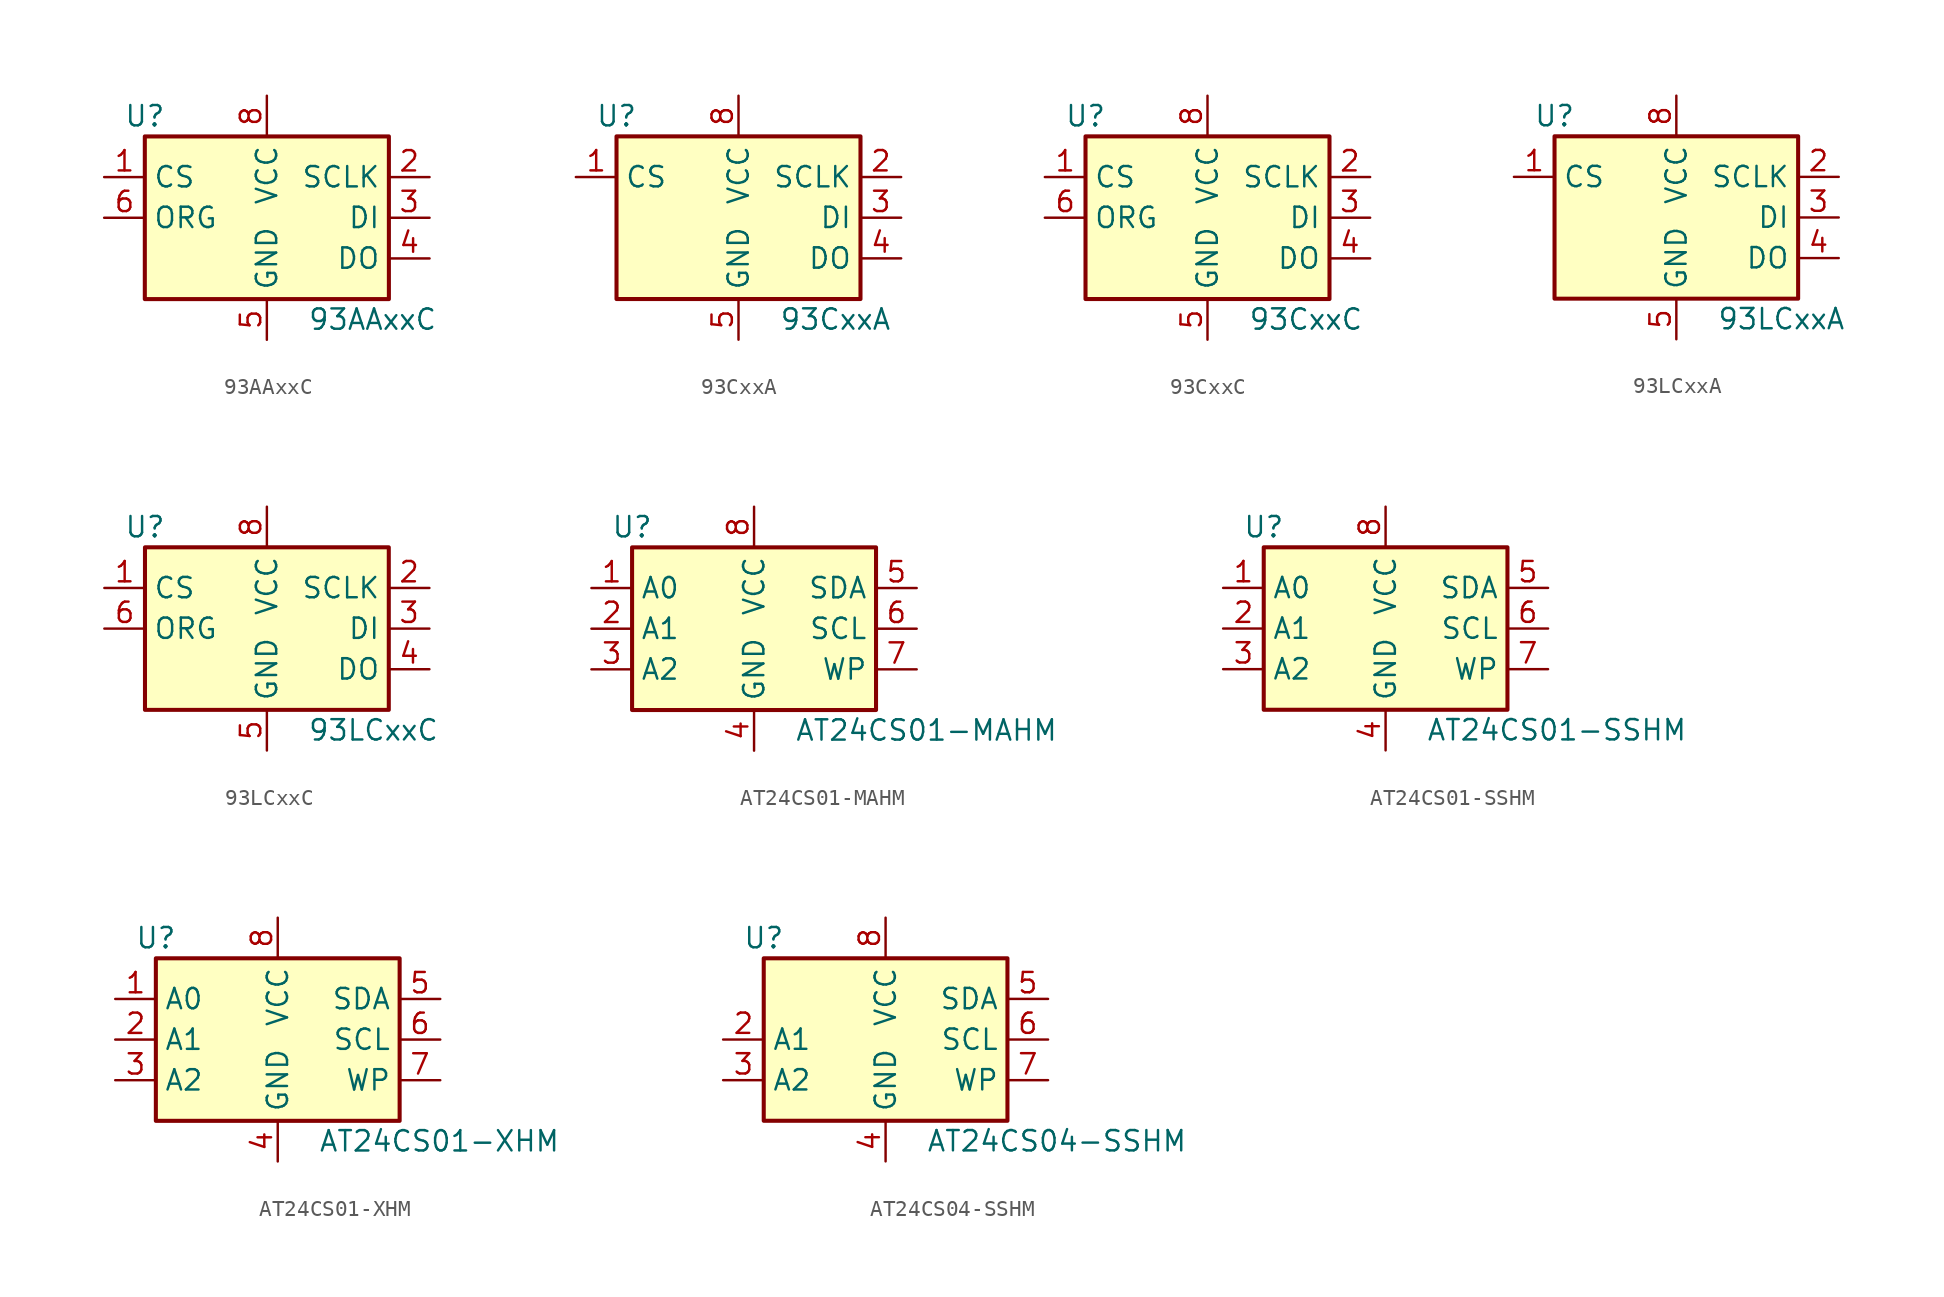
<source format=kicad_sym>
(kicad_symbol_lib
  (version 20201005)
  (generator kicad_symbol_editor)
  (symbol "Memory_EEPROM:93AAxxC"
    (property "Reference" "U"
      (at -7.62 6.35 0)
      (effects (font (size 1.27 1.27))))
    (property "Value" "93AAxxC"
      (at 2.54 -6.35 0)
      (effects (font (size 1.27 1.27)) (justify left)))
    (symbol "93AAxxC_1_1"
      (rectangle (start -7.62 5.08) (end 7.62 -5.08) (stroke (width 0.254)) (fill (type background)))
      (pin input line (at -10.16 2.54 0) (length 2.54) (name "CS" (effects (font (size 1.27 1.27)))) (number "1" (effects (font (size 1.27 1.27)))))
      (pin input line (at 10.16 2.54 180) (length 2.54) (name "SCLK" (effects (font (size 1.27 1.27)))) (number "2" (effects (font (size 1.27 1.27)))))
      (pin input line (at 10.16 0 180) (length 2.54) (name "DI" (effects (font (size 1.27 1.27)))) (number "3" (effects (font (size 1.27 1.27)))))
      (pin tri_state line (at 10.16 -2.54 180) (length 2.54) (name "DO" (effects (font (size 1.27 1.27)))) (number "4" (effects (font (size 1.27 1.27)))))
      (pin power_in line (at 0 -7.62 90) (length 2.54) (name "GND" (effects (font (size 1.27 1.27)))) (number "5" (effects (font (size 1.27 1.27)))))
      (pin input line (at -10.16 0 0) (length 2.54) (name "ORG" (effects (font (size 1.27 1.27)))) (number "6" (effects (font (size 1.27 1.27)))))
      (pin no_connect line (at -7.62 -2.54 0) (length 2.54) hide (name "NC" (effects (font (size 1.27 1.27)))) (number "7" (effects (font (size 1.27 1.27)))))
      (pin power_in line (at 0 7.62 270) (length 2.54) (name "VCC" (effects (font (size 1.27 1.27)))) (number "8" (effects (font (size 1.27 1.27)))))))
  (symbol "Memory_EEPROM:93CxxA"
    (property "Reference" "U"
      (at -7.62 6.35 0)
      (effects (font (size 1.27 1.27))))
    (property "Value" "93CxxA"
      (at 2.54 -6.35 0)
      (effects (font (size 1.27 1.27)) (justify left)))
    (symbol "93CxxA_1_1"
      (rectangle (start -7.62 5.08) (end 7.62 -5.08) (stroke (width 0.254)) (fill (type background)))
      (pin input line (at -10.16 2.54 0) (length 2.54) (name "CS" (effects (font (size 1.27 1.27)))) (number "1" (effects (font (size 1.27 1.27)))))
      (pin input line (at 10.16 2.54 180) (length 2.54) (name "SCLK" (effects (font (size 1.27 1.27)))) (number "2" (effects (font (size 1.27 1.27)))))
      (pin input line (at 10.16 0 180) (length 2.54) (name "DI" (effects (font (size 1.27 1.27)))) (number "3" (effects (font (size 1.27 1.27)))))
      (pin tri_state line (at 10.16 -2.54 180) (length 2.54) (name "DO" (effects (font (size 1.27 1.27)))) (number "4" (effects (font (size 1.27 1.27)))))
      (pin power_in line (at 0 -7.62 90) (length 2.54) (name "GND" (effects (font (size 1.27 1.27)))) (number "5" (effects (font (size 1.27 1.27)))))
      (pin no_connect line (at -7.62 0 0) (length 2.54) hide (name "NC" (effects (font (size 1.27 1.27)))) (number "6" (effects (font (size 1.27 1.27)))))
      (pin no_connect line (at -7.62 -2.54 0) (length 2.54) hide (name "NC" (effects (font (size 1.27 1.27)))) (number "7" (effects (font (size 1.27 1.27)))))
      (pin power_in line (at 0 7.62 270) (length 2.54) (name "VCC" (effects (font (size 1.27 1.27)))) (number "8" (effects (font (size 1.27 1.27)))))))
  (symbol "Memory_EEPROM:93CxxC"
    (property "Reference" "U"
      (at -7.62 6.35 0)
      (effects (font (size 1.27 1.27))))
    (property "Value" "93CxxC"
      (at 2.54 -6.35 0)
      (effects (font (size 1.27 1.27)) (justify left)))
    (symbol "93CxxC_1_1"
      (rectangle (start -7.62 5.08) (end 7.62 -5.08) (stroke (width 0.254)) (fill (type background)))
      (pin input line (at -10.16 2.54 0) (length 2.54) (name "CS" (effects (font (size 1.27 1.27)))) (number "1" (effects (font (size 1.27 1.27)))))
      (pin input line (at 10.16 2.54 180) (length 2.54) (name "SCLK" (effects (font (size 1.27 1.27)))) (number "2" (effects (font (size 1.27 1.27)))))
      (pin input line (at 10.16 0 180) (length 2.54) (name "DI" (effects (font (size 1.27 1.27)))) (number "3" (effects (font (size 1.27 1.27)))))
      (pin tri_state line (at 10.16 -2.54 180) (length 2.54) (name "DO" (effects (font (size 1.27 1.27)))) (number "4" (effects (font (size 1.27 1.27)))))
      (pin power_in line (at 0 -7.62 90) (length 2.54) (name "GND" (effects (font (size 1.27 1.27)))) (number "5" (effects (font (size 1.27 1.27)))))
      (pin input line (at -10.16 0 0) (length 2.54) (name "ORG" (effects (font (size 1.27 1.27)))) (number "6" (effects (font (size 1.27 1.27)))))
      (pin no_connect line (at -7.62 -2.54 0) (length 2.54) hide (name "NC" (effects (font (size 1.27 1.27)))) (number "7" (effects (font (size 1.27 1.27)))))
      (pin power_in line (at 0 7.62 270) (length 2.54) (name "VCC" (effects (font (size 1.27 1.27)))) (number "8" (effects (font (size 1.27 1.27)))))))
  (symbol "Memory_EEPROM:93LCxxA"
    (property "Reference" "U"
      (at -7.62 6.35 0)
      (effects (font (size 1.27 1.27))))
    (property "Value" "93LCxxA"
      (at 2.54 -6.35 0)
      (effects (font (size 1.27 1.27)) (justify left)))
    (symbol "93LCxxA_1_1"
      (rectangle (start -7.62 5.08) (end 7.62 -5.08) (stroke (width 0.254)) (fill (type background)))
      (pin input line (at -10.16 2.54 0) (length 2.54) (name "CS" (effects (font (size 1.27 1.27)))) (number "1" (effects (font (size 1.27 1.27)))))
      (pin input line (at 10.16 2.54 180) (length 2.54) (name "SCLK" (effects (font (size 1.27 1.27)))) (number "2" (effects (font (size 1.27 1.27)))))
      (pin input line (at 10.16 0 180) (length 2.54) (name "DI" (effects (font (size 1.27 1.27)))) (number "3" (effects (font (size 1.27 1.27)))))
      (pin tri_state line (at 10.16 -2.54 180) (length 2.54) (name "DO" (effects (font (size 1.27 1.27)))) (number "4" (effects (font (size 1.27 1.27)))))
      (pin power_in line (at 0 -7.62 90) (length 2.54) (name "GND" (effects (font (size 1.27 1.27)))) (number "5" (effects (font (size 1.27 1.27)))))
      (pin no_connect line (at -7.62 0 0) (length 2.54) hide (name "NC" (effects (font (size 1.27 1.27)))) (number "6" (effects (font (size 1.27 1.27)))))
      (pin no_connect line (at -7.62 -2.54 0) (length 2.54) hide (name "NC" (effects (font (size 1.27 1.27)))) (number "7" (effects (font (size 1.27 1.27)))))
      (pin power_in line (at 0 7.62 270) (length 2.54) (name "VCC" (effects (font (size 1.27 1.27)))) (number "8" (effects (font (size 1.27 1.27)))))))
  (symbol "Memory_EEPROM:93LCxxC"
    (property "Reference" "U"
      (at -7.62 6.35 0)
      (effects (font (size 1.27 1.27))))
    (property "Value" "93LCxxC"
      (at 2.54 -6.35 0)
      (effects (font (size 1.27 1.27)) (justify left)))
    (symbol "93LCxxC_1_1"
      (rectangle (start -7.62 5.08) (end 7.62 -5.08) (stroke (width 0.254)) (fill (type background)))
      (pin input line (at -10.16 2.54 0) (length 2.54) (name "CS" (effects (font (size 1.27 1.27)))) (number "1" (effects (font (size 1.27 1.27)))))
      (pin input line (at 10.16 2.54 180) (length 2.54) (name "SCLK" (effects (font (size 1.27 1.27)))) (number "2" (effects (font (size 1.27 1.27)))))
      (pin input line (at 10.16 0 180) (length 2.54) (name "DI" (effects (font (size 1.27 1.27)))) (number "3" (effects (font (size 1.27 1.27)))))
      (pin tri_state line (at 10.16 -2.54 180) (length 2.54) (name "DO" (effects (font (size 1.27 1.27)))) (number "4" (effects (font (size 1.27 1.27)))))
      (pin power_in line (at 0 -7.62 90) (length 2.54) (name "GND" (effects (font (size 1.27 1.27)))) (number "5" (effects (font (size 1.27 1.27)))))
      (pin input line (at -10.16 0 0) (length 2.54) (name "ORG" (effects (font (size 1.27 1.27)))) (number "6" (effects (font (size 1.27 1.27)))))
      (pin no_connect line (at -7.62 -2.54 0) (length 2.54) hide (name "NC" (effects (font (size 1.27 1.27)))) (number "7" (effects (font (size 1.27 1.27)))))
      (pin power_in line (at 0 7.62 270) (length 2.54) (name "VCC" (effects (font (size 1.27 1.27)))) (number "8" (effects (font (size 1.27 1.27)))))))
  (symbol "Memory_EEPROM:AT24CS01-MAHM"
    (property "Reference" "U"
      (at -7.62 6.35 0)
      (effects (font (size 1.27 1.27))))
    (property "Value" "AT24CS01-MAHM"
      (at 2.54 -6.35 0)
      (effects (font (size 1.27 1.27)) (justify left)))
    (symbol "AT24CS01-MAHM_1_1"
      (rectangle (start -7.62 5.08) (end 7.62 -5.08) (stroke (width 0.254)) (fill (type background)))
      (pin input line (at -10.16 2.54 0) (length 2.54) (name "A0" (effects (font (size 1.27 1.27)))) (number "1" (effects (font (size 1.27 1.27)))))
      (pin input line (at -10.16 0 0) (length 2.54) (name "A1" (effects (font (size 1.27 1.27)))) (number "2" (effects (font (size 1.27 1.27)))))
      (pin input line (at -10.16 -2.54 0) (length 2.54) (name "A2" (effects (font (size 1.27 1.27)))) (number "3" (effects (font (size 1.27 1.27)))))
      (pin power_in line (at 0 -7.62 90) (length 2.54) (name "GND" (effects (font (size 1.27 1.27)))) (number "4" (effects (font (size 1.27 1.27)))))
      (pin bidirectional line (at 10.16 2.54 180) (length 2.54) (name "SDA" (effects (font (size 1.27 1.27)))) (number "5" (effects (font (size 1.27 1.27)))))
      (pin input line (at 10.16 0 180) (length 2.54) (name "SCL" (effects (font (size 1.27 1.27)))) (number "6" (effects (font (size 1.27 1.27)))))
      (pin input line (at 10.16 -2.54 180) (length 2.54) (name "WP" (effects (font (size 1.27 1.27)))) (number "7" (effects (font (size 1.27 1.27)))))
      (pin power_in line (at 0 7.62 270) (length 2.54) (name "VCC" (effects (font (size 1.27 1.27)))) (number "8" (effects (font (size 1.27 1.27)))))))
  (symbol "Memory_EEPROM:AT24CS01-SSHM"
    (property "Reference" "U"
      (at -7.62 6.35 0)
      (effects (font (size 1.27 1.27))))
    (property "Value" "AT24CS01-SSHM"
      (at 2.54 -6.35 0)
      (effects (font (size 1.27 1.27)) (justify left)))
    (symbol "AT24CS01-SSHM_1_1"
      (rectangle (start -7.62 5.08) (end 7.62 -5.08) (stroke (width 0.254)) (fill (type background)))
      (pin input line (at -10.16 2.54 0) (length 2.54) (name "A0" (effects (font (size 1.27 1.27)))) (number "1" (effects (font (size 1.27 1.27)))))
      (pin input line (at -10.16 0 0) (length 2.54) (name "A1" (effects (font (size 1.27 1.27)))) (number "2" (effects (font (size 1.27 1.27)))))
      (pin input line (at -10.16 -2.54 0) (length 2.54) (name "A2" (effects (font (size 1.27 1.27)))) (number "3" (effects (font (size 1.27 1.27)))))
      (pin power_in line (at 0 -7.62 90) (length 2.54) (name "GND" (effects (font (size 1.27 1.27)))) (number "4" (effects (font (size 1.27 1.27)))))
      (pin bidirectional line (at 10.16 2.54 180) (length 2.54) (name "SDA" (effects (font (size 1.27 1.27)))) (number "5" (effects (font (size 1.27 1.27)))))
      (pin input line (at 10.16 0 180) (length 2.54) (name "SCL" (effects (font (size 1.27 1.27)))) (number "6" (effects (font (size 1.27 1.27)))))
      (pin input line (at 10.16 -2.54 180) (length 2.54) (name "WP" (effects (font (size 1.27 1.27)))) (number "7" (effects (font (size 1.27 1.27)))))
      (pin power_in line (at 0 7.62 270) (length 2.54) (name "VCC" (effects (font (size 1.27 1.27)))) (number "8" (effects (font (size 1.27 1.27)))))))
  (symbol "Memory_EEPROM:AT24CS01-XHM"
    (property "Reference" "U"
      (at -7.62 6.35 0)
      (effects (font (size 1.27 1.27))))
    (property "Value" "AT24CS01-XHM"
      (at 2.54 -6.35 0)
      (effects (font (size 1.27 1.27)) (justify left)))
    (symbol "AT24CS01-XHM_1_1"
      (rectangle (start -7.62 5.08) (end 7.62 -5.08) (stroke (width 0.254)) (fill (type background)))
      (pin input line (at -10.16 2.54 0) (length 2.54) (name "A0" (effects (font (size 1.27 1.27)))) (number "1" (effects (font (size 1.27 1.27)))))
      (pin input line (at -10.16 0 0) (length 2.54) (name "A1" (effects (font (size 1.27 1.27)))) (number "2" (effects (font (size 1.27 1.27)))))
      (pin input line (at -10.16 -2.54 0) (length 2.54) (name "A2" (effects (font (size 1.27 1.27)))) (number "3" (effects (font (size 1.27 1.27)))))
      (pin power_in line (at 0 -7.62 90) (length 2.54) (name "GND" (effects (font (size 1.27 1.27)))) (number "4" (effects (font (size 1.27 1.27)))))
      (pin bidirectional line (at 10.16 2.54 180) (length 2.54) (name "SDA" (effects (font (size 1.27 1.27)))) (number "5" (effects (font (size 1.27 1.27)))))
      (pin input line (at 10.16 0 180) (length 2.54) (name "SCL" (effects (font (size 1.27 1.27)))) (number "6" (effects (font (size 1.27 1.27)))))
      (pin input line (at 10.16 -2.54 180) (length 2.54) (name "WP" (effects (font (size 1.27 1.27)))) (number "7" (effects (font (size 1.27 1.27)))))
      (pin power_in line (at 0 7.62 270) (length 2.54) (name "VCC" (effects (font (size 1.27 1.27)))) (number "8" (effects (font (size 1.27 1.27)))))))
  (symbol "Memory_EEPROM:AT24CS04-SSHM"
    (property "Reference" "U"
      (at -7.62 6.35 0)
      (effects (font (size 1.27 1.27))))
    (property "Value" "AT24CS04-SSHM"
      (at 2.54 -6.35 0)
      (effects (font (size 1.27 1.27)) (justify left)))
    (symbol "AT24CS04-SSHM_1_1"
      (rectangle (start -7.62 5.08) (end 7.62 -5.08) (stroke (width 0.254)) (fill (type background)))
      (pin input line (at -10.16 0 0) (length 2.54) (name "A1" (effects (font (size 1.27 1.27)))) (number "2" (effects (font (size 1.27 1.27)))))
      (pin input line (at -10.16 -2.54 0) (length 2.54) (name "A2" (effects (font (size 1.27 1.27)))) (number "3" (effects (font (size 1.27 1.27)))))
      (pin power_in line (at 0 -7.62 90) (length 2.54) (name "GND" (effects (font (size 1.27 1.27)))) (number "4" (effects (font (size 1.27 1.27)))))
      (pin bidirectional line (at 10.16 2.54 180) (length 2.54) (name "SDA" (effects (font (size 1.27 1.27)))) (number "5" (effects (font (size 1.27 1.27)))))
      (pin input line (at 10.16 0 180) (length 2.54) (name "SCL" (effects (font (size 1.27 1.27)))) (number "6" (effects (font (size 1.27 1.27)))))
      (pin input line (at 10.16 -2.54 180) (length 2.54) (name "WP" (effects (font (size 1.27 1.27)))) (number "7" (effects (font (size 1.27 1.27)))))
      (pin power_in line (at 0 7.62 270) (length 2.54) (name "VCC" (effects (font (size 1.27 1.27)))) (number "8" (effects (font (size 1.27 1.27))))))))
</source>
